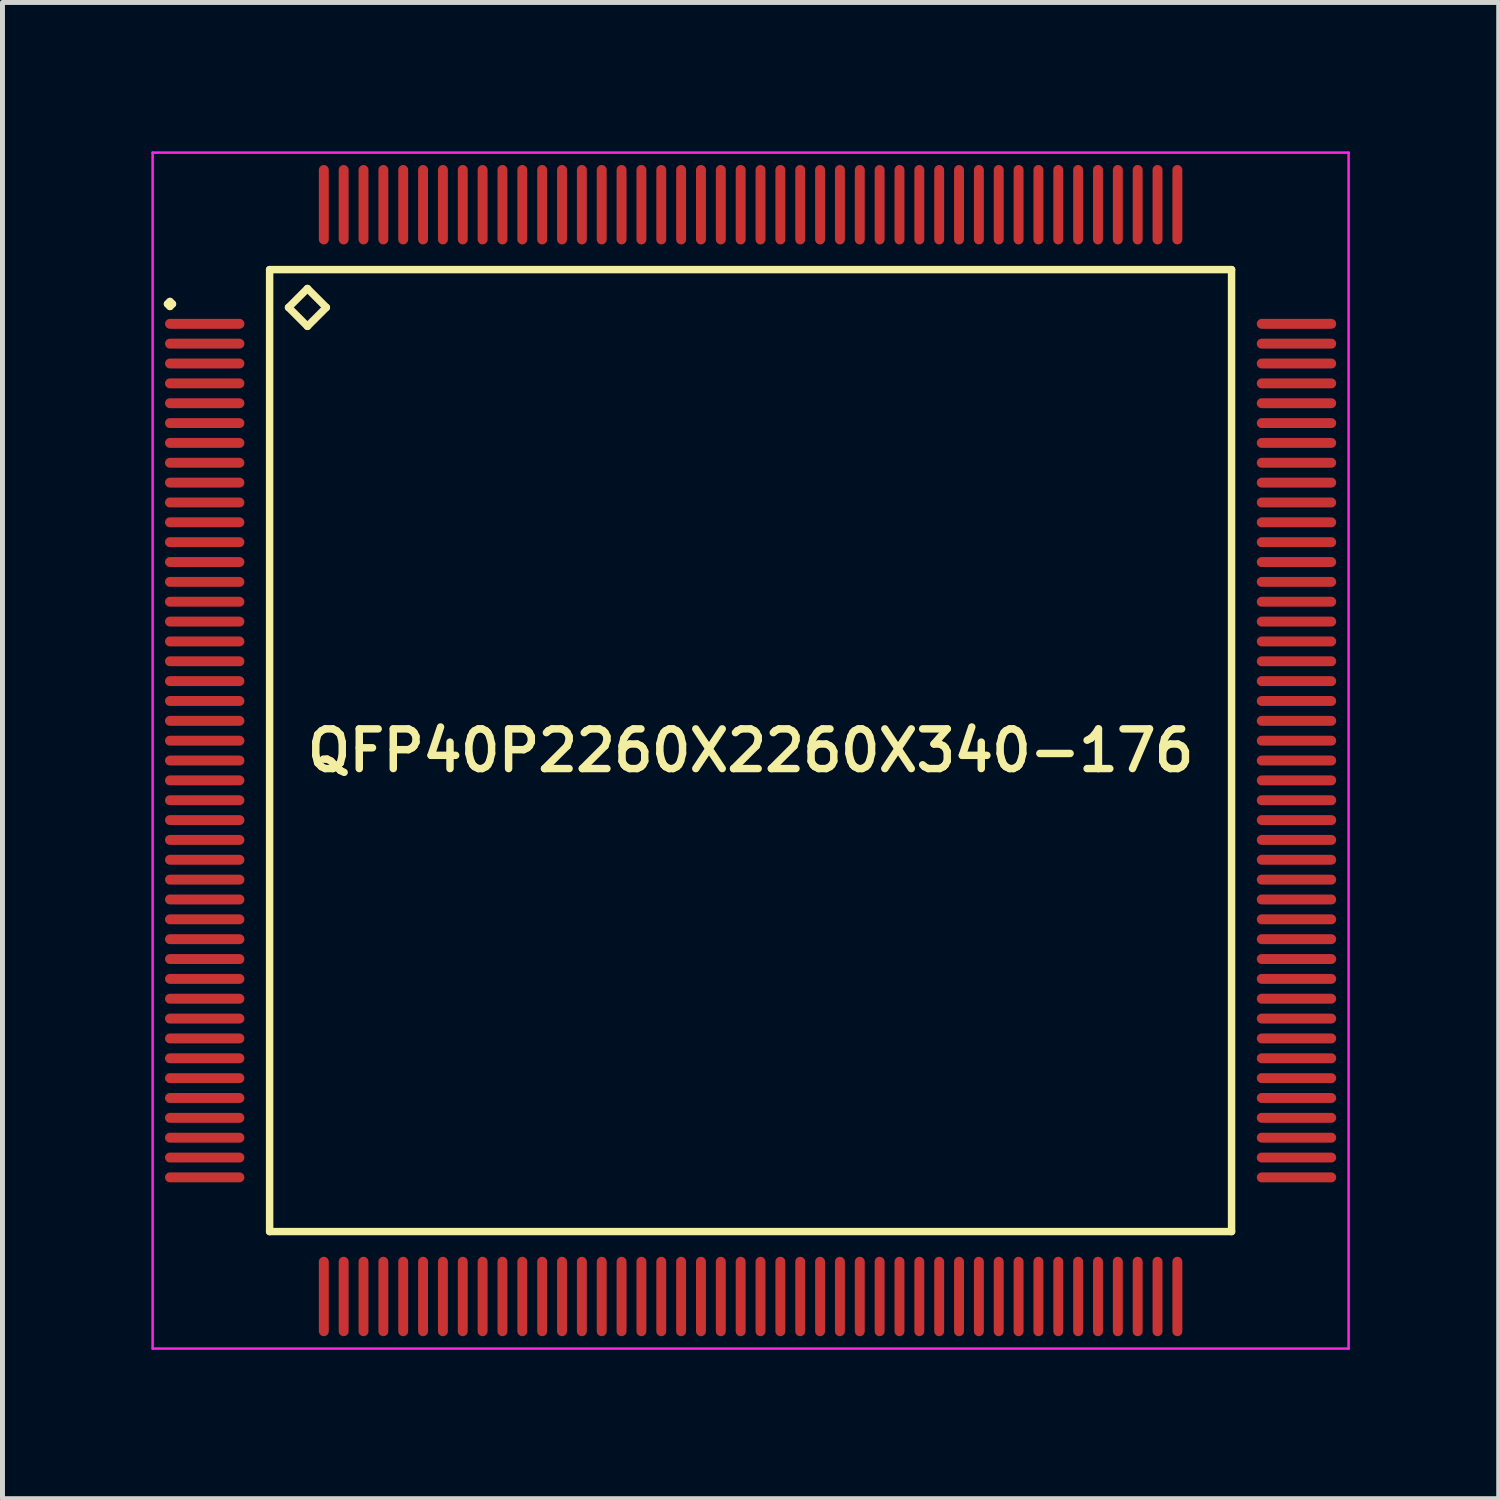
<source format=kicad_pcb>
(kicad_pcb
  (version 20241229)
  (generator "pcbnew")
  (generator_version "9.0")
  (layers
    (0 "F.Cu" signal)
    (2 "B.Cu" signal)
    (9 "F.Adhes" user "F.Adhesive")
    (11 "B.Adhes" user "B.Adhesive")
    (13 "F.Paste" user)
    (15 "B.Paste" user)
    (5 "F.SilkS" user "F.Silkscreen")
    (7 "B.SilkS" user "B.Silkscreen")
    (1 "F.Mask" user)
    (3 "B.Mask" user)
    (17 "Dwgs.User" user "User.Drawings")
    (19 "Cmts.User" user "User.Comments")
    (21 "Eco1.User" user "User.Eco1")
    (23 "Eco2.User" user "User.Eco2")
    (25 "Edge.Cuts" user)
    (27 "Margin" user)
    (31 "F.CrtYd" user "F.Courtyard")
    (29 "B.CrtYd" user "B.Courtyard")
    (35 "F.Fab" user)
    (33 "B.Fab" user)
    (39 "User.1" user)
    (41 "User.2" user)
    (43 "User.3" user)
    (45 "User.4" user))
  (footprint "QFP40P2260X2260X340-176"
    (layer "F.Cu")
    (at 12.075 12.075)
    (property "Reference" "QFP40P2260X2260X340-176" (at 0 0 0) (layer "F.SilkS") (effects (font (size 0.8 0.8) (thickness 0.15))))
    (attr smd)
    (fp_line (start -11.75 -9) (end -11.7 -9.05) (stroke (width 0.15) (type solid)) (layer "F.SilkS"))
    (fp_line (start -11.7 -9.05) (end -11.65 -9) (stroke (width 0.15) (type solid)) (layer "F.SilkS"))
    (fp_line (start -11.7 -8.95) (end -11.75 -9) (stroke (width 0.15) (type solid)) (layer "F.SilkS"))
    (fp_line (start -11.65 -9) (end -11.7 -8.95) (stroke (width 0.15) (type solid)) (layer "F.SilkS"))
    (fp_line (start -9.692 -9.692) (end -9.692 9.692) (stroke (width 0.15) (type solid)) (layer "F.SilkS"))
    (fp_line (start -9.692 9.692) (end 9.692 9.692) (stroke (width 0.15) (type solid)) (layer "F.SilkS"))
    (fp_line (start -9.311 -8.93) (end -8.93 -9.311) (stroke (width 0.15) (type solid)) (layer "F.SilkS"))
    (fp_line (start -8.93 -9.311) (end -8.549 -8.93) (stroke (width 0.15) (type solid)) (layer "F.SilkS"))
    (fp_line (start -8.93 -8.549) (end -9.311 -8.93) (stroke (width 0.15) (type solid)) (layer "F.SilkS"))
    (fp_line (start -8.549 -8.93) (end -8.93 -8.549) (stroke (width 0.15) (type solid)) (layer "F.SilkS"))
    (fp_line (start 9.692 -9.692) (end -9.692 -9.692) (stroke (width 0.15) (type solid)) (layer "F.SilkS"))
    (fp_line (start 9.692 9.692) (end 9.692 -9.692) (stroke (width 0.15) (type solid)) (layer "F.SilkS"))
    (fp_line (start -12.05 -12.05) (end 12.05 -12.05) (stroke (width 0.05) (type solid)) (layer "F.CrtYd"))
    (fp_line (start -12.05 12.05) (end -12.05 -12.05) (stroke (width 0.05) (type solid)) (layer "F.CrtYd"))
    (fp_line (start 12.05 -12.05) (end 12.05 12.05) (stroke (width 0.05) (type solid)) (layer "F.CrtYd"))
    (fp_line (start 12.05 12.05) (end -12.05 12.05) (stroke (width 0.05) (type solid)) (layer "F.CrtYd"))
    (pad "1" smd oval (at -11 -8.6) (size 1.6 0.2) (layers "F.Cu" "F.Mask" "F.Paste"))
    (pad "2" smd oval (at -11 -8.2) (size 1.6 0.2) (layers "F.Cu" "F.Mask" "F.Paste"))
    (pad "3" smd oval (at -11 -7.8) (size 1.6 0.2) (layers "F.Cu" "F.Mask" "F.Paste"))
    (pad "4" smd oval (at -11 -7.4) (size 1.6 0.2) (layers "F.Cu" "F.Mask" "F.Paste"))
    (pad "5" smd oval (at -11 -7) (size 1.6 0.2) (layers "F.Cu" "F.Mask" "F.Paste"))
    (pad "6" smd oval (at -11 -6.6) (size 1.6 0.2) (layers "F.Cu" "F.Mask" "F.Paste"))
    (pad "7" smd oval (at -11 -6.2) (size 1.6 0.2) (layers "F.Cu" "F.Mask" "F.Paste"))
    (pad "8" smd oval (at -11 -5.8) (size 1.6 0.2) (layers "F.Cu" "F.Mask" "F.Paste"))
    (pad "9" smd oval (at -11 -5.4) (size 1.6 0.2) (layers "F.Cu" "F.Mask" "F.Paste"))
    (pad "10" smd oval (at -11 -5) (size 1.6 0.2) (layers "F.Cu" "F.Mask" "F.Paste"))
    (pad "11" smd oval (at -11 -4.6) (size 1.6 0.2) (layers "F.Cu" "F.Mask" "F.Paste"))
    (pad "12" smd oval (at -11 -4.2) (size 1.6 0.2) (layers "F.Cu" "F.Mask" "F.Paste"))
    (pad "13" smd oval (at -11 -3.8) (size 1.6 0.2) (layers "F.Cu" "F.Mask" "F.Paste"))
    (pad "14" smd oval (at -11 -3.4) (size 1.6 0.2) (layers "F.Cu" "F.Mask" "F.Paste"))
    (pad "15" smd oval (at -11 -3) (size 1.6 0.2) (layers "F.Cu" "F.Mask" "F.Paste"))
    (pad "16" smd oval (at -11 -2.6) (size 1.6 0.2) (layers "F.Cu" "F.Mask" "F.Paste"))
    (pad "17" smd oval (at -11 -2.2) (size 1.6 0.2) (layers "F.Cu" "F.Mask" "F.Paste"))
    (pad "18" smd oval (at -11 -1.8) (size 1.6 0.2) (layers "F.Cu" "F.Mask" "F.Paste"))
    (pad "19" smd oval (at -11 -1.4) (size 1.6 0.2) (layers "F.Cu" "F.Mask" "F.Paste"))
    (pad "20" smd oval (at -11 -1) (size 1.6 0.2) (layers "F.Cu" "F.Mask" "F.Paste"))
    (pad "21" smd oval (at -11 -0.6) (size 1.6 0.2) (layers "F.Cu" "F.Mask" "F.Paste"))
    (pad "22" smd oval (at -11 -0.2) (size 1.6 0.2) (layers "F.Cu" "F.Mask" "F.Paste"))
    (pad "23" smd oval (at -11 0.2) (size 1.6 0.2) (layers "F.Cu" "F.Mask" "F.Paste"))
    (pad "24" smd oval (at -11 0.6) (size 1.6 0.2) (layers "F.Cu" "F.Mask" "F.Paste"))
    (pad "25" smd oval (at -11 1) (size 1.6 0.2) (layers "F.Cu" "F.Mask" "F.Paste"))
    (pad "26" smd oval (at -11 1.4) (size 1.6 0.2) (layers "F.Cu" "F.Mask" "F.Paste"))
    (pad "27" smd oval (at -11 1.8) (size 1.6 0.2) (layers "F.Cu" "F.Mask" "F.Paste"))
    (pad "28" smd oval (at -11 2.2) (size 1.6 0.2) (layers "F.Cu" "F.Mask" "F.Paste"))
    (pad "29" smd oval (at -11 2.6) (size 1.6 0.2) (layers "F.Cu" "F.Mask" "F.Paste"))
    (pad "30" smd oval (at -11 3) (size 1.6 0.2) (layers "F.Cu" "F.Mask" "F.Paste"))
    (pad "31" smd oval (at -11 3.4) (size 1.6 0.2) (layers "F.Cu" "F.Mask" "F.Paste"))
    (pad "32" smd oval (at -11 3.8) (size 1.6 0.2) (layers "F.Cu" "F.Mask" "F.Paste"))
    (pad "33" smd oval (at -11 4.2) (size 1.6 0.2) (layers "F.Cu" "F.Mask" "F.Paste"))
    (pad "34" smd oval (at -11 4.6) (size 1.6 0.2) (layers "F.Cu" "F.Mask" "F.Paste"))
    (pad "35" smd oval (at -11 5) (size 1.6 0.2) (layers "F.Cu" "F.Mask" "F.Paste"))
    (pad "36" smd oval (at -11 5.4) (size 1.6 0.2) (layers "F.Cu" "F.Mask" "F.Paste"))
    (pad "37" smd oval (at -11 5.8) (size 1.6 0.2) (layers "F.Cu" "F.Mask" "F.Paste"))
    (pad "38" smd oval (at -11 6.2) (size 1.6 0.2) (layers "F.Cu" "F.Mask" "F.Paste"))
    (pad "39" smd oval (at -11 6.6) (size 1.6 0.2) (layers "F.Cu" "F.Mask" "F.Paste"))
    (pad "40" smd oval (at -11 7) (size 1.6 0.2) (layers "F.Cu" "F.Mask" "F.Paste"))
    (pad "41" smd oval (at -11 7.4) (size 1.6 0.2) (layers "F.Cu" "F.Mask" "F.Paste"))
    (pad "42" smd oval (at -11 7.8) (size 1.6 0.2) (layers "F.Cu" "F.Mask" "F.Paste"))
    (pad "43" smd oval (at -11 8.2) (size 1.6 0.2) (layers "F.Cu" "F.Mask" "F.Paste"))
    (pad "44" smd oval (at -11 8.6) (size 1.6 0.2) (layers "F.Cu" "F.Mask" "F.Paste"))
    (pad "45" smd oval (at -8.6 11) (size 0.2 1.6) (layers "F.Cu" "F.Mask" "F.Paste"))
    (pad "46" smd oval (at -8.2 11) (size 0.2 1.6) (layers "F.Cu" "F.Mask" "F.Paste"))
    (pad "47" smd oval (at -7.8 11) (size 0.2 1.6) (layers "F.Cu" "F.Mask" "F.Paste"))
    (pad "48" smd oval (at -7.4 11) (size 0.2 1.6) (layers "F.Cu" "F.Mask" "F.Paste"))
    (pad "49" smd oval (at -7 11) (size 0.2 1.6) (layers "F.Cu" "F.Mask" "F.Paste"))
    (pad "50" smd oval (at -6.6 11) (size 0.2 1.6) (layers "F.Cu" "F.Mask" "F.Paste"))
    (pad "51" smd oval (at -6.2 11) (size 0.2 1.6) (layers "F.Cu" "F.Mask" "F.Paste"))
    (pad "52" smd oval (at -5.8 11) (size 0.2 1.6) (layers "F.Cu" "F.Mask" "F.Paste"))
    (pad "53" smd oval (at -5.4 11) (size 0.2 1.6) (layers "F.Cu" "F.Mask" "F.Paste"))
    (pad "54" smd oval (at -5 11) (size 0.2 1.6) (layers "F.Cu" "F.Mask" "F.Paste"))
    (pad "55" smd oval (at -4.6 11) (size 0.2 1.6) (layers "F.Cu" "F.Mask" "F.Paste"))
    (pad "56" smd oval (at -4.2 11) (size 0.2 1.6) (layers "F.Cu" "F.Mask" "F.Paste"))
    (pad "57" smd oval (at -3.8 11) (size 0.2 1.6) (layers "F.Cu" "F.Mask" "F.Paste"))
    (pad "58" smd oval (at -3.4 11) (size 0.2 1.6) (layers "F.Cu" "F.Mask" "F.Paste"))
    (pad "59" smd oval (at -3 11) (size 0.2 1.6) (layers "F.Cu" "F.Mask" "F.Paste"))
    (pad "60" smd oval (at -2.6 11) (size 0.2 1.6) (layers "F.Cu" "F.Mask" "F.Paste"))
    (pad "61" smd oval (at -2.2 11) (size 0.2 1.6) (layers "F.Cu" "F.Mask" "F.Paste"))
    (pad "62" smd oval (at -1.8 11) (size 0.2 1.6) (layers "F.Cu" "F.Mask" "F.Paste"))
    (pad "63" smd oval (at -1.4 11) (size 0.2 1.6) (layers "F.Cu" "F.Mask" "F.Paste"))
    (pad "64" smd oval (at -1 11) (size 0.2 1.6) (layers "F.Cu" "F.Mask" "F.Paste"))
    (pad "65" smd oval (at -0.6 11) (size 0.2 1.6) (layers "F.Cu" "F.Mask" "F.Paste"))
    (pad "66" smd oval (at -0.2 11) (size 0.2 1.6) (layers "F.Cu" "F.Mask" "F.Paste"))
    (pad "67" smd oval (at 0.2 11) (size 0.2 1.6) (layers "F.Cu" "F.Mask" "F.Paste"))
    (pad "68" smd oval (at 0.6 11) (size 0.2 1.6) (layers "F.Cu" "F.Mask" "F.Paste"))
    (pad "69" smd oval (at 1 11) (size 0.2 1.6) (layers "F.Cu" "F.Mask" "F.Paste"))
    (pad "70" smd oval (at 1.4 11) (size 0.2 1.6) (layers "F.Cu" "F.Mask" "F.Paste"))
    (pad "71" smd oval (at 1.8 11) (size 0.2 1.6) (layers "F.Cu" "F.Mask" "F.Paste"))
    (pad "72" smd oval (at 2.2 11) (size 0.2 1.6) (layers "F.Cu" "F.Mask" "F.Paste"))
    (pad "73" smd oval (at 2.6 11) (size 0.2 1.6) (layers "F.Cu" "F.Mask" "F.Paste"))
    (pad "74" smd oval (at 3 11) (size 0.2 1.6) (layers "F.Cu" "F.Mask" "F.Paste"))
    (pad "75" smd oval (at 3.4 11) (size 0.2 1.6) (layers "F.Cu" "F.Mask" "F.Paste"))
    (pad "76" smd oval (at 3.8 11) (size 0.2 1.6) (layers "F.Cu" "F.Mask" "F.Paste"))
    (pad "77" smd oval (at 4.2 11) (size 0.2 1.6) (layers "F.Cu" "F.Mask" "F.Paste"))
    (pad "78" smd oval (at 4.6 11) (size 0.2 1.6) (layers "F.Cu" "F.Mask" "F.Paste"))
    (pad "79" smd oval (at 5 11) (size 0.2 1.6) (layers "F.Cu" "F.Mask" "F.Paste"))
    (pad "80" smd oval (at 5.4 11) (size 0.2 1.6) (layers "F.Cu" "F.Mask" "F.Paste"))
    (pad "81" smd oval (at 5.8 11) (size 0.2 1.6) (layers "F.Cu" "F.Mask" "F.Paste"))
    (pad "82" smd oval (at 6.2 11) (size 0.2 1.6) (layers "F.Cu" "F.Mask" "F.Paste"))
    (pad "83" smd oval (at 6.6 11) (size 0.2 1.6) (layers "F.Cu" "F.Mask" "F.Paste"))
    (pad "84" smd oval (at 7 11) (size 0.2 1.6) (layers "F.Cu" "F.Mask" "F.Paste"))
    (pad "85" smd oval (at 7.4 11) (size 0.2 1.6) (layers "F.Cu" "F.Mask" "F.Paste"))
    (pad "86" smd oval (at 7.8 11) (size 0.2 1.6) (layers "F.Cu" "F.Mask" "F.Paste"))
    (pad "87" smd oval (at 8.2 11) (size 0.2 1.6) (layers "F.Cu" "F.Mask" "F.Paste"))
    (pad "88" smd oval (at 8.6 11) (size 0.2 1.6) (layers "F.Cu" "F.Mask" "F.Paste"))
    (pad "89" smd oval (at 11 8.6) (size 1.6 0.2) (layers "F.Cu" "F.Mask" "F.Paste"))
    (pad "90" smd oval (at 11 8.2) (size 1.6 0.2) (layers "F.Cu" "F.Mask" "F.Paste"))
    (pad "91" smd oval (at 11 7.8) (size 1.6 0.2) (layers "F.Cu" "F.Mask" "F.Paste"))
    (pad "92" smd oval (at 11 7.4) (size 1.6 0.2) (layers "F.Cu" "F.Mask" "F.Paste"))
    (pad "93" smd oval (at 11 7) (size 1.6 0.2) (layers "F.Cu" "F.Mask" "F.Paste"))
    (pad "94" smd oval (at 11 6.6) (size 1.6 0.2) (layers "F.Cu" "F.Mask" "F.Paste"))
    (pad "95" smd oval (at 11 6.2) (size 1.6 0.2) (layers "F.Cu" "F.Mask" "F.Paste"))
    (pad "96" smd oval (at 11 5.8) (size 1.6 0.2) (layers "F.Cu" "F.Mask" "F.Paste"))
    (pad "97" smd oval (at 11 5.4) (size 1.6 0.2) (layers "F.Cu" "F.Mask" "F.Paste"))
    (pad "98" smd oval (at 11 5) (size 1.6 0.2) (layers "F.Cu" "F.Mask" "F.Paste"))
    (pad "99" smd oval (at 11 4.6) (size 1.6 0.2) (layers "F.Cu" "F.Mask" "F.Paste"))
    (pad "100" smd oval (at 11 4.2) (size 1.6 0.2) (layers "F.Cu" "F.Mask" "F.Paste"))
    (pad "101" smd oval (at 11 3.8) (size 1.6 0.2) (layers "F.Cu" "F.Mask" "F.Paste"))
    (pad "102" smd oval (at 11 3.4) (size 1.6 0.2) (layers "F.Cu" "F.Mask" "F.Paste"))
    (pad "103" smd oval (at 11 3) (size 1.6 0.2) (layers "F.Cu" "F.Mask" "F.Paste"))
    (pad "104" smd oval (at 11 2.6) (size 1.6 0.2) (layers "F.Cu" "F.Mask" "F.Paste"))
    (pad "105" smd oval (at 11 2.2) (size 1.6 0.2) (layers "F.Cu" "F.Mask" "F.Paste"))
    (pad "106" smd oval (at 11 1.8) (size 1.6 0.2) (layers "F.Cu" "F.Mask" "F.Paste"))
    (pad "107" smd oval (at 11 1.4) (size 1.6 0.2) (layers "F.Cu" "F.Mask" "F.Paste"))
    (pad "108" smd oval (at 11 1) (size 1.6 0.2) (layers "F.Cu" "F.Mask" "F.Paste"))
    (pad "109" smd oval (at 11 0.6) (size 1.6 0.2) (layers "F.Cu" "F.Mask" "F.Paste"))
    (pad "110" smd oval (at 11 0.2) (size 1.6 0.2) (layers "F.Cu" "F.Mask" "F.Paste"))
    (pad "111" smd oval (at 11 -0.2) (size 1.6 0.2) (layers "F.Cu" "F.Mask" "F.Paste"))
    (pad "112" smd oval (at 11 -0.6) (size 1.6 0.2) (layers "F.Cu" "F.Mask" "F.Paste"))
    (pad "113" smd oval (at 11 -1) (size 1.6 0.2) (layers "F.Cu" "F.Mask" "F.Paste"))
    (pad "114" smd oval (at 11 -1.4) (size 1.6 0.2) (layers "F.Cu" "F.Mask" "F.Paste"))
    (pad "115" smd oval (at 11 -1.8) (size 1.6 0.2) (layers "F.Cu" "F.Mask" "F.Paste"))
    (pad "116" smd oval (at 11 -2.2) (size 1.6 0.2) (layers "F.Cu" "F.Mask" "F.Paste"))
    (pad "117" smd oval (at 11 -2.6) (size 1.6 0.2) (layers "F.Cu" "F.Mask" "F.Paste"))
    (pad "118" smd oval (at 11 -3) (size 1.6 0.2) (layers "F.Cu" "F.Mask" "F.Paste"))
    (pad "119" smd oval (at 11 -3.4) (size 1.6 0.2) (layers "F.Cu" "F.Mask" "F.Paste"))
    (pad "120" smd oval (at 11 -3.8) (size 1.6 0.2) (layers "F.Cu" "F.Mask" "F.Paste"))
    (pad "121" smd oval (at 11 -4.2) (size 1.6 0.2) (layers "F.Cu" "F.Mask" "F.Paste"))
    (pad "122" smd oval (at 11 -4.6) (size 1.6 0.2) (layers "F.Cu" "F.Mask" "F.Paste"))
    (pad "123" smd oval (at 11 -5) (size 1.6 0.2) (layers "F.Cu" "F.Mask" "F.Paste"))
    (pad "124" smd oval (at 11 -5.4) (size 1.6 0.2) (layers "F.Cu" "F.Mask" "F.Paste"))
    (pad "125" smd oval (at 11 -5.8) (size 1.6 0.2) (layers "F.Cu" "F.Mask" "F.Paste"))
    (pad "126" smd oval (at 11 -6.2) (size 1.6 0.2) (layers "F.Cu" "F.Mask" "F.Paste"))
    (pad "127" smd oval (at 11 -6.6) (size 1.6 0.2) (layers "F.Cu" "F.Mask" "F.Paste"))
    (pad "128" smd oval (at 11 -7) (size 1.6 0.2) (layers "F.Cu" "F.Mask" "F.Paste"))
    (pad "129" smd oval (at 11 -7.4) (size 1.6 0.2) (layers "F.Cu" "F.Mask" "F.Paste"))
    (pad "130" smd oval (at 11 -7.8) (size 1.6 0.2) (layers "F.Cu" "F.Mask" "F.Paste"))
    (pad "131" smd oval (at 11 -8.2) (size 1.6 0.2) (layers "F.Cu" "F.Mask" "F.Paste"))
    (pad "132" smd oval (at 11 -8.6) (size 1.6 0.2) (layers "F.Cu" "F.Mask" "F.Paste"))
    (pad "133" smd oval (at 8.6 -11) (size 0.2 1.6) (layers "F.Cu" "F.Mask" "F.Paste"))
    (pad "134" smd oval (at 8.2 -11) (size 0.2 1.6) (layers "F.Cu" "F.Mask" "F.Paste"))
    (pad "135" smd oval (at 7.8 -11) (size 0.2 1.6) (layers "F.Cu" "F.Mask" "F.Paste"))
    (pad "136" smd oval (at 7.4 -11) (size 0.2 1.6) (layers "F.Cu" "F.Mask" "F.Paste"))
    (pad "137" smd oval (at 7 -11) (size 0.2 1.6) (layers "F.Cu" "F.Mask" "F.Paste"))
    (pad "138" smd oval (at 6.6 -11) (size 0.2 1.6) (layers "F.Cu" "F.Mask" "F.Paste"))
    (pad "139" smd oval (at 6.2 -11) (size 0.2 1.6) (layers "F.Cu" "F.Mask" "F.Paste"))
    (pad "140" smd oval (at 5.8 -11) (size 0.2 1.6) (layers "F.Cu" "F.Mask" "F.Paste"))
    (pad "141" smd oval (at 5.4 -11) (size 0.2 1.6) (layers "F.Cu" "F.Mask" "F.Paste"))
    (pad "142" smd oval (at 5 -11) (size 0.2 1.6) (layers "F.Cu" "F.Mask" "F.Paste"))
    (pad "143" smd oval (at 4.6 -11) (size 0.2 1.6) (layers "F.Cu" "F.Mask" "F.Paste"))
    (pad "144" smd oval (at 4.2 -11) (size 0.2 1.6) (layers "F.Cu" "F.Mask" "F.Paste"))
    (pad "145" smd oval (at 3.8 -11) (size 0.2 1.6) (layers "F.Cu" "F.Mask" "F.Paste"))
    (pad "146" smd oval (at 3.4 -11) (size 0.2 1.6) (layers "F.Cu" "F.Mask" "F.Paste"))
    (pad "147" smd oval (at 3 -11) (size 0.2 1.6) (layers "F.Cu" "F.Mask" "F.Paste"))
    (pad "148" smd oval (at 2.6 -11) (size 0.2 1.6) (layers "F.Cu" "F.Mask" "F.Paste"))
    (pad "149" smd oval (at 2.2 -11) (size 0.2 1.6) (layers "F.Cu" "F.Mask" "F.Paste"))
    (pad "150" smd oval (at 1.8 -11) (size 0.2 1.6) (layers "F.Cu" "F.Mask" "F.Paste"))
    (pad "151" smd oval (at 1.4 -11) (size 0.2 1.6) (layers "F.Cu" "F.Mask" "F.Paste"))
    (pad "152" smd oval (at 1 -11) (size 0.2 1.6) (layers "F.Cu" "F.Mask" "F.Paste"))
    (pad "153" smd oval (at 0.6 -11) (size 0.2 1.6) (layers "F.Cu" "F.Mask" "F.Paste"))
    (pad "154" smd oval (at 0.2 -11) (size 0.2 1.6) (layers "F.Cu" "F.Mask" "F.Paste"))
    (pad "155" smd oval (at -0.2 -11) (size 0.2 1.6) (layers "F.Cu" "F.Mask" "F.Paste"))
    (pad "156" smd oval (at -0.6 -11) (size 0.2 1.6) (layers "F.Cu" "F.Mask" "F.Paste"))
    (pad "157" smd oval (at -1 -11) (size 0.2 1.6) (layers "F.Cu" "F.Mask" "F.Paste"))
    (pad "158" smd oval (at -1.4 -11) (size 0.2 1.6) (layers "F.Cu" "F.Mask" "F.Paste"))
    (pad "159" smd oval (at -1.8 -11) (size 0.2 1.6) (layers "F.Cu" "F.Mask" "F.Paste"))
    (pad "160" smd oval (at -2.2 -11) (size 0.2 1.6) (layers "F.Cu" "F.Mask" "F.Paste"))
    (pad "161" smd oval (at -2.6 -11) (size 0.2 1.6) (layers "F.Cu" "F.Mask" "F.Paste"))
    (pad "162" smd oval (at -3 -11) (size 0.2 1.6) (layers "F.Cu" "F.Mask" "F.Paste"))
    (pad "163" smd oval (at -3.4 -11) (size 0.2 1.6) (layers "F.Cu" "F.Mask" "F.Paste"))
    (pad "164" smd oval (at -3.8 -11) (size 0.2 1.6) (layers "F.Cu" "F.Mask" "F.Paste"))
    (pad "165" smd oval (at -4.2 -11) (size 0.2 1.6) (layers "F.Cu" "F.Mask" "F.Paste"))
    (pad "166" smd oval (at -4.6 -11) (size 0.2 1.6) (layers "F.Cu" "F.Mask" "F.Paste"))
    (pad "167" smd oval (at -5 -11) (size 0.2 1.6) (layers "F.Cu" "F.Mask" "F.Paste"))
    (pad "168" smd oval (at -5.4 -11) (size 0.2 1.6) (layers "F.Cu" "F.Mask" "F.Paste"))
    (pad "169" smd oval (at -5.8 -11) (size 0.2 1.6) (layers "F.Cu" "F.Mask" "F.Paste"))
    (pad "170" smd oval (at -6.2 -11) (size 0.2 1.6) (layers "F.Cu" "F.Mask" "F.Paste"))
    (pad "171" smd oval (at -6.6 -11) (size 0.2 1.6) (layers "F.Cu" "F.Mask" "F.Paste"))
    (pad "172" smd oval (at -7 -11) (size 0.2 1.6) (layers "F.Cu" "F.Mask" "F.Paste"))
    (pad "173" smd oval (at -7.4 -11) (size 0.2 1.6) (layers "F.Cu" "F.Mask" "F.Paste"))
    (pad "174" smd oval (at -7.8 -11) (size 0.2 1.6) (layers "F.Cu" "F.Mask" "F.Paste"))
    (pad "175" smd oval (at -8.2 -11) (size 0.2 1.6) (layers "F.Cu" "F.Mask" "F.Paste"))
    (pad "176" smd oval (at -8.6 -11) (size 0.2 1.6) (layers "F.Cu" "F.Mask" "F.Paste")))
  (gr_rect
    (start -3 -3)
    (end 27.15 27.15)
    (stroke (width 0.1) (type default))
    (fill no)
    (layer "Edge.Cuts")))
</source>
